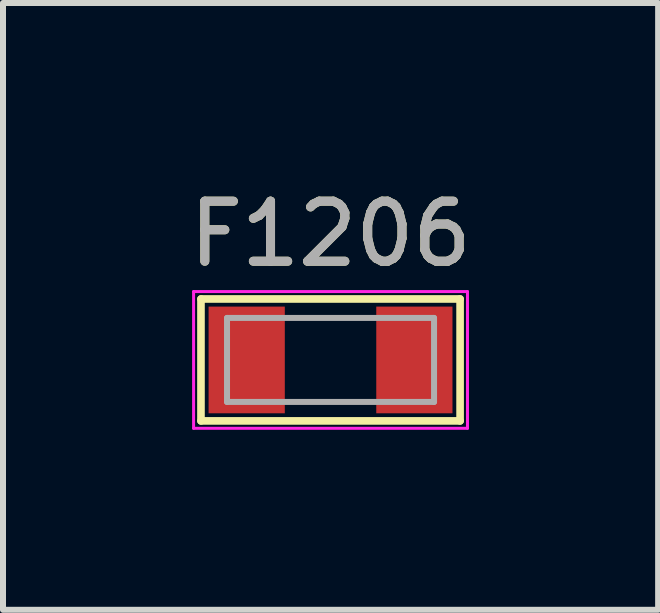
<source format=kicad_pcb>
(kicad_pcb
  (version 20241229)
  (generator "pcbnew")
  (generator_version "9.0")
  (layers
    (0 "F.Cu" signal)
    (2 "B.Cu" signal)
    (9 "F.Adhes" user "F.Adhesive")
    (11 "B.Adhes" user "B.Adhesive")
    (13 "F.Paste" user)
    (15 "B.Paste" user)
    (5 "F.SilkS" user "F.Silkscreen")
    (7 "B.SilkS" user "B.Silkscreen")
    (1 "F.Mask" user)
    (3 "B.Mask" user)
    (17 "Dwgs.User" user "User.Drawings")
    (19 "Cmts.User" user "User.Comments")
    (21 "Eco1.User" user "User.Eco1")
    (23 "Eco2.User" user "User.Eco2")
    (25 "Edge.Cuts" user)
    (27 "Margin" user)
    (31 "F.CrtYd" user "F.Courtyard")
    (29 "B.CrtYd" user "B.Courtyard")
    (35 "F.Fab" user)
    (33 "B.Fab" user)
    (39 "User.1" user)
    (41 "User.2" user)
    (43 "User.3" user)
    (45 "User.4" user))
  (footprint "F1206"
    (layer "F.Cu")
    (at 2.458 2.948)
    (property "Reference" "F1206" (at 0 -2.1 0) (layer "F.SilkS") (effects (font (size 1 1) (thickness 0.15))))
    (attr smd)
    (fp_line (start -2.159 -1.016) (end 2.159 -1.016) (stroke (width 0.127) (type solid)) (layer "F.SilkS"))
    (fp_line (start -2.159 1.016) (end -2.159 -1.016) (stroke (width 0.127) (type solid)) (layer "F.SilkS"))
    (fp_line (start 2.159 -1.016) (end 2.159 1.016) (stroke (width 0.127) (type solid)) (layer "F.SilkS"))
    (fp_line (start 2.159 1.016) (end -2.159 1.016) (stroke (width 0.127) (type solid)) (layer "F.SilkS"))
    (fp_line (start -2.282 -1.139) (end 2.282 -1.139) (stroke (width 0.05) (type solid)) (layer "F.CrtYd"))
    (fp_line (start -2.282 1.139) (end -2.282 -1.139) (stroke (width 0.05) (type solid)) (layer "F.CrtYd"))
    (fp_line (start 2.282 -1.139) (end 2.282 1.139) (stroke (width 0.05) (type solid)) (layer "F.CrtYd"))
    (fp_line (start 2.282 1.139) (end -2.282 1.139) (stroke (width 0.05) (type solid)) (layer "F.CrtYd"))
    (fp_line (start -1.725 -0.7) (end 1.725 -0.7) (stroke (width 0.1) (type solid)) (layer "F.Fab"))
    (fp_line (start -1.725 0.7) (end -1.725 -0.7) (stroke (width 0.1) (type solid)) (layer "F.Fab"))
    (fp_line (start 1.725 -0.7) (end 1.725 0.7) (stroke (width 0.1) (type solid)) (layer "F.Fab"))
    (fp_line (start 1.725 0.7) (end -1.725 0.7) (stroke (width 0.1) (type solid)) (layer "F.Fab"))
    (fp_text user "${REFERENCE}" (at 0 -2.1 0) (layer "F.Fab") (effects (font (size 1 1) (thickness 0.15))))
    (pad "1" smd rect (at -1.397 0) (size 1.27 1.778) (layers "F.Cu" "F.Mask" "F.Paste"))
    (pad "2" smd rect (at 1.397 0) (size 1.27 1.778) (layers "F.Cu" "F.Mask" "F.Paste")))
  (gr_rect
    (start -3 -3)
    (end 7.917 7.112)
    (stroke (width 0.1) (type default))
    (fill no)
    (layer "Edge.Cuts")))
</source>
